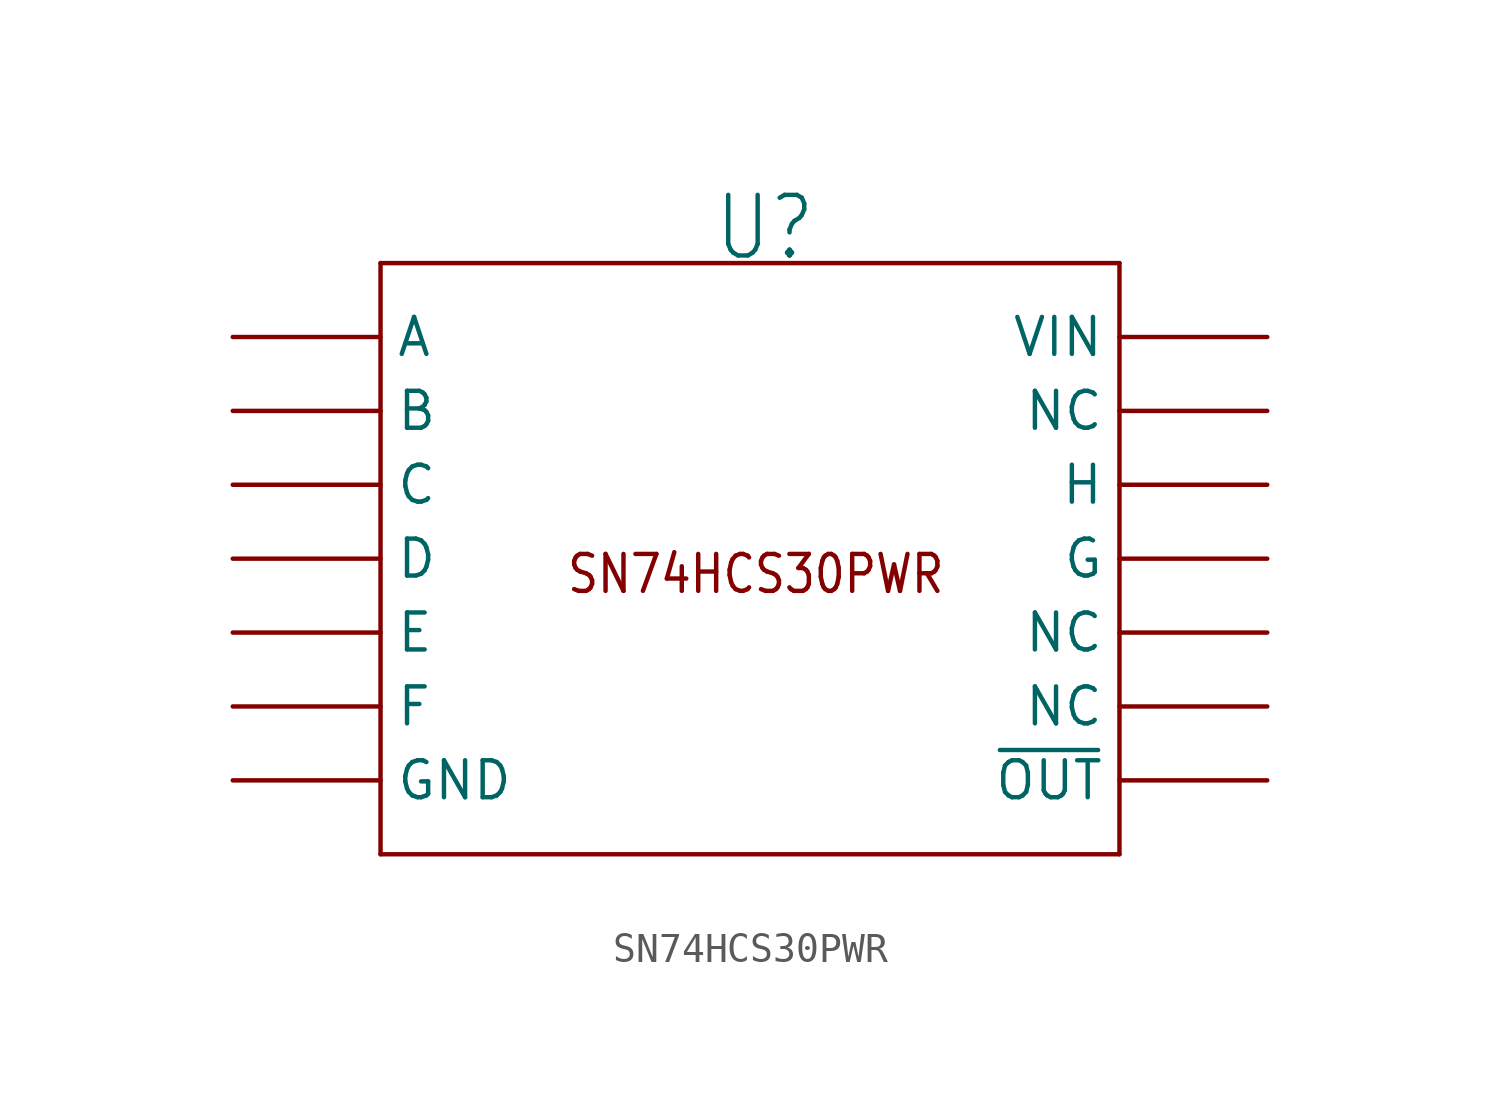
<source format=kicad_sym>
(kicad_symbol_lib
  (version 20220914)
  (generator kicad_symbol_editor)
  (symbol "SN74HCS30PWR"
    (pin_numbers hide)
    (property "Reference" "U"
      (at -1.27 10.16 0)
      (effects (font (size 2.083 1.77)) (justify left bottom)))
    (symbol "SN74HCS30PWR_1_0"
      (polyline (pts (xy -12.7 -10.16) (xy 12.7 -10.16)) (stroke (width 0.152) (type solid)) (fill (type none)))
      (polyline (pts (xy -12.7 10.16) (xy -12.7 -10.16)) (stroke (width 0.152) (type solid)) (fill (type none)))
      (polyline (pts (xy 12.7 -10.16) (xy 12.7 10.16)) (stroke (width 0.152) (type solid)) (fill (type none)))
      (polyline (pts (xy 12.7 10.16) (xy -12.7 10.16)) (stroke (width 0.152) (type solid)) (fill (type none)))
      (text "SN74HCS30PWR" (at -6.35 -1.27 0) (effects (font (size 1.27 1.079)) (justify left bottom)))
      (pin passive line (at -17.78 7.62 0) (length 5.08) (name "A" (effects (font (size 1.27 1.27)))) (number "1" (effects (font (size 1.27 1.27)))))
      (pin passive line (at 17.78 -2.54 180) (length 5.08) (name "NC" (effects (font (size 1.27 1.27)))) (number "10" (effects (font (size 1.27 1.27)))))
      (pin passive line (at 17.78 0 180) (length 5.08) (name "G" (effects (font (size 1.27 1.27)))) (number "11" (effects (font (size 1.27 1.27)))))
      (pin passive line (at 17.78 2.54 180) (length 5.08) (name "H" (effects (font (size 1.27 1.27)))) (number "12" (effects (font (size 1.27 1.27)))))
      (pin passive line (at 17.78 5.08 180) (length 5.08) (name "NC" (effects (font (size 1.27 1.27)))) (number "13" (effects (font (size 1.27 1.27)))))
      (pin passive line (at 17.78 7.62 180) (length 5.08) (name "VIN" (effects (font (size 1.27 1.27)))) (number "14" (effects (font (size 1.27 1.27)))))
      (pin passive line (at -17.78 5.08 0) (length 5.08) (name "B" (effects (font (size 1.27 1.27)))) (number "2" (effects (font (size 1.27 1.27)))))
      (pin passive line (at -17.78 2.54 0) (length 5.08) (name "C" (effects (font (size 1.27 1.27)))) (number "3" (effects (font (size 1.27 1.27)))))
      (pin passive line (at -17.78 0 0) (length 5.08) (name "D" (effects (font (size 1.27 1.27)))) (number "4" (effects (font (size 1.27 1.27)))))
      (pin passive line (at -17.78 -2.54 0) (length 5.08) (name "E" (effects (font (size 1.27 1.27)))) (number "5" (effects (font (size 1.27 1.27)))))
      (pin passive line (at -17.78 -5.08 0) (length 5.08) (name "F" (effects (font (size 1.27 1.27)))) (number "6" (effects (font (size 1.27 1.27)))))
      (pin passive line (at -17.78 -7.62 0) (length 5.08) (name "GND" (effects (font (size 1.27 1.27)))) (number "7" (effects (font (size 1.27 1.27)))))
      (pin passive line (at 17.78 -7.62 180) (length 5.08) (name "~{OUT}" (effects (font (size 1.27 1.27)))) (number "8" (effects (font (size 1.27 1.27)))))
      (pin passive line (at 17.78 -5.08 180) (length 5.08) (name "NC" (effects (font (size 1.27 1.27)))) (number "9" (effects (font (size 1.27 1.27))))))))
</source>
